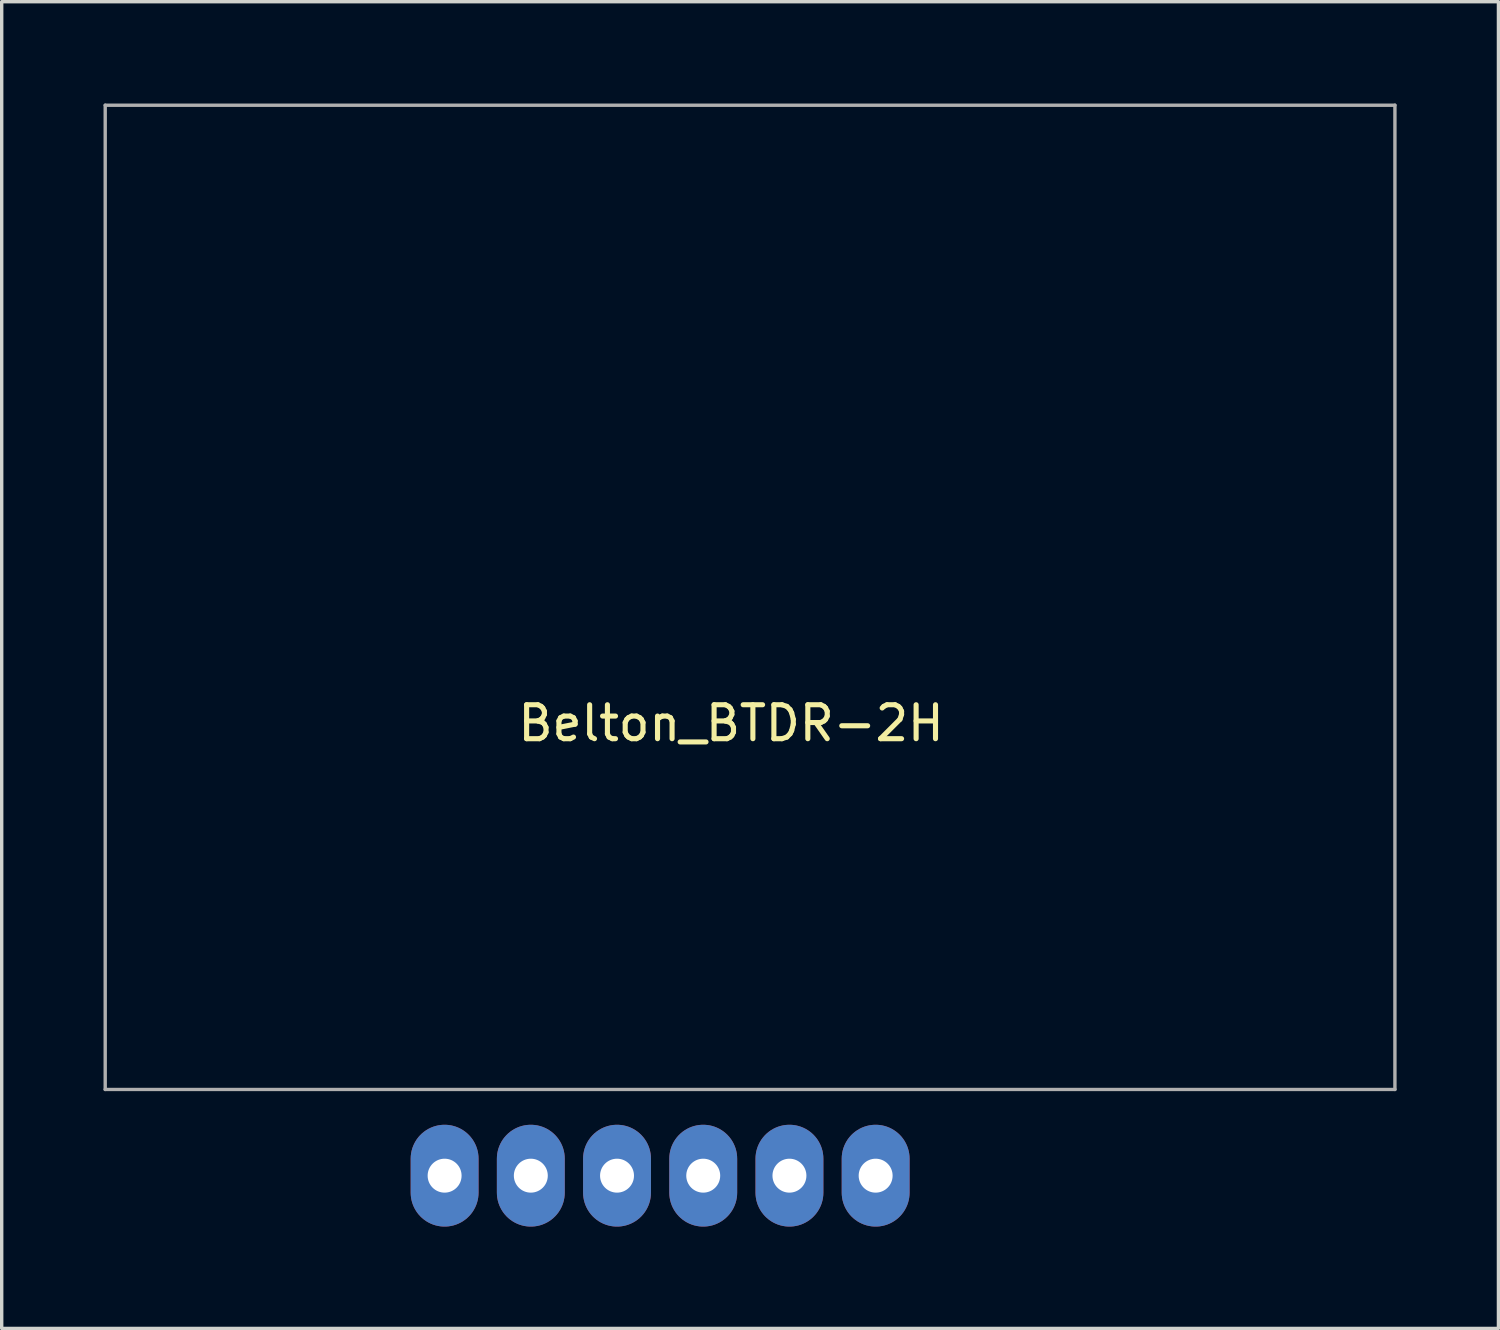
<source format=kicad_pcb>
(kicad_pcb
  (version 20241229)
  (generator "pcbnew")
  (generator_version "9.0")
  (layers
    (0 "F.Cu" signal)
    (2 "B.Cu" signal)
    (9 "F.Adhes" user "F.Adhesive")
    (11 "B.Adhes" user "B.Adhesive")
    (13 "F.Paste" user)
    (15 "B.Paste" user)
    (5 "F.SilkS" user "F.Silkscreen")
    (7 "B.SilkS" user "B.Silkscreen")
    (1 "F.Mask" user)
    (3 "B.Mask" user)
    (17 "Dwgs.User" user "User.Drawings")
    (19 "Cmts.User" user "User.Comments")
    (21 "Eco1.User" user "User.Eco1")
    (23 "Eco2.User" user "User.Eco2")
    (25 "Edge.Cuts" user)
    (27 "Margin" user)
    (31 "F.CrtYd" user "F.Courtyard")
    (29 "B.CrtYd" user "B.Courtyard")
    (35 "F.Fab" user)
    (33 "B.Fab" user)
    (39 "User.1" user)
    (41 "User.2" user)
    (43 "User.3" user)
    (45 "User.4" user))
  (footprint "Belton_BTDR-2H"
    (layer "F.Cu")
    (at 10.05 31.59)
    (property "Reference" "Belton_BTDR-2H" (at 8.44 -13.33 0) (layer "F.SilkS") (effects (font (size 1 1) (thickness 0.15))))
    (attr through_hole)
    (fp_line (start -10 -31.54) (end 28 -31.54) (stroke (width 0.1) (type solid)) (layer "F.Fab"))
    (fp_line (start -10 -2.54) (end -10 -31.54) (stroke (width 0.1) (type solid)) (layer "F.Fab"))
    (fp_line (start -10 -2.54) (end 28 -2.54) (stroke (width 0.1) (type solid)) (layer "F.Fab"))
    (fp_line (start 28 -2.54) (end 28 -31.54) (stroke (width 0.1) (type solid)) (layer "F.Fab"))
    (pad "1" thru_hole oval (at 0 0) (size 2 3) (drill 1) (layers "*.Cu" "*.Mask"))
    (pad "2" thru_hole oval (at 2.54 0) (size 2 3) (drill 1) (layers "*.Cu" "*.Mask"))
    (pad "3" thru_hole oval (at 5.08 0) (size 2 3) (drill 1) (layers "*.Cu" "*.Mask"))
    (pad "4" thru_hole oval (at 7.62 0) (size 2 3) (drill 1) (layers "*.Cu" "*.Mask"))
    (pad "5" thru_hole oval (at 10.16 0) (size 2 3) (drill 1) (layers "*.Cu" "*.Mask"))
    (pad "6" thru_hole oval (at 12.7 0) (size 2 3) (drill 1) (layers "*.Cu" "*.Mask")))
  (gr_rect
    (start -3 -3)
    (end 41.1 36.09)
    (stroke (width 0.1) (type default))
    (fill no)
    (layer "Edge.Cuts")))
</source>
